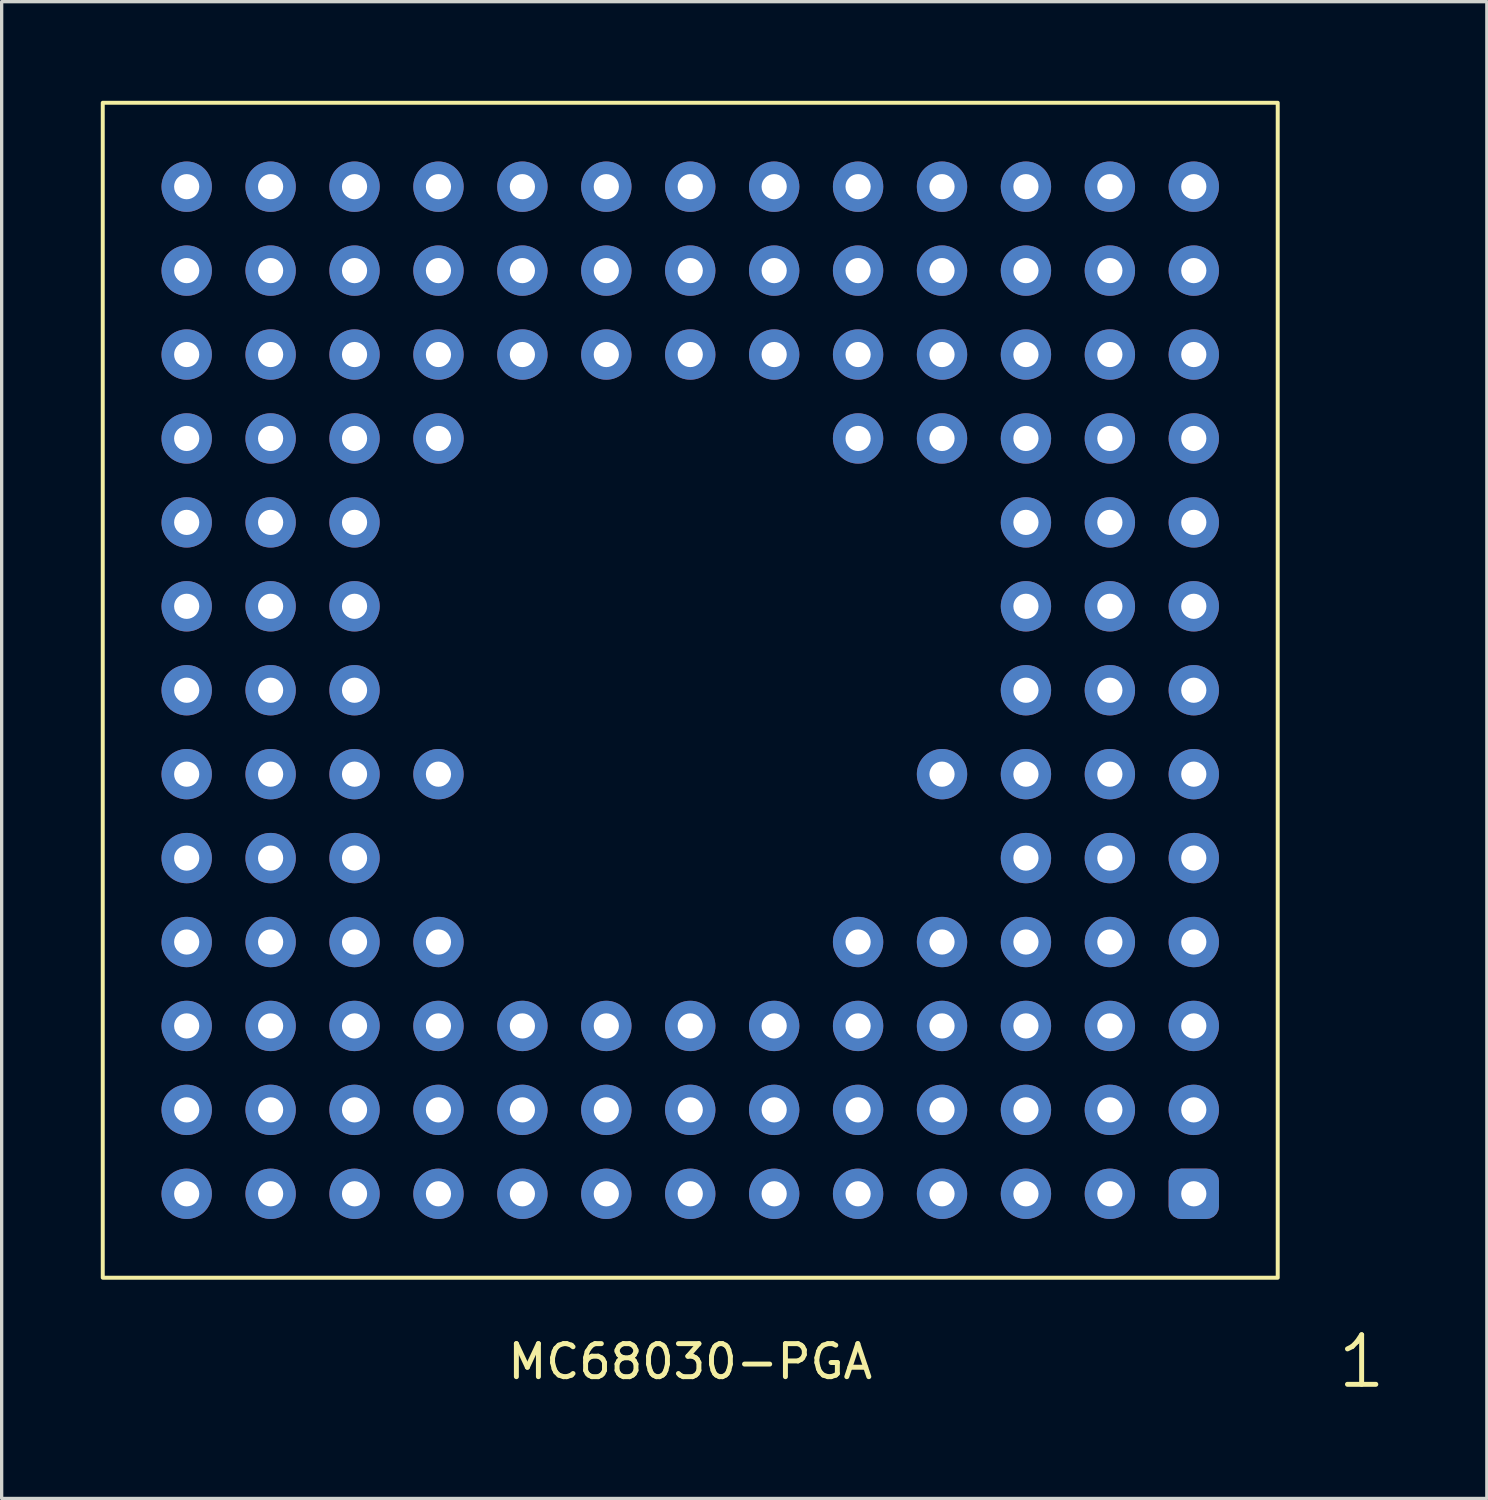
<source format=kicad_pcb>
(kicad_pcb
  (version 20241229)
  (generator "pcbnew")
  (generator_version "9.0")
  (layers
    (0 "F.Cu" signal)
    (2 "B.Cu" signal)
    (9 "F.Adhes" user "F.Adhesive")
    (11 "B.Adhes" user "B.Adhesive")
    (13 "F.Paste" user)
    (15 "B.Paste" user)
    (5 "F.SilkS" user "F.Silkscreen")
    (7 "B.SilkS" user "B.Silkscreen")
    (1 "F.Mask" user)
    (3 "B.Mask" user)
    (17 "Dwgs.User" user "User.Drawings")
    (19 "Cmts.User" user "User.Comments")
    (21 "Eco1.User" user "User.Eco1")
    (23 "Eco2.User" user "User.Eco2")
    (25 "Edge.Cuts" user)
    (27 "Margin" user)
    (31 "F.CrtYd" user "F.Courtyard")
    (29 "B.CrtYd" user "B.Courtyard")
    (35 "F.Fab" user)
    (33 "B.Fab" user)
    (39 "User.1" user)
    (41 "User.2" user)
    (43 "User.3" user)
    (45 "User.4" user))
  (footprint "MC68030-PGA"
    (layer "F.Cu")
    (at 17.84 17.84)
    (property "Reference" "MC68030-PGA" (at 0 20.32 0) (unlocked yes) (layer "F.SilkS") (effects (font (size 1 1) (thickness 0.15))))
    (attr through_hole)
    (fp_rect (start -17.78 -17.78) (end 17.78 17.78) (stroke (width 0.12) (type solid)) (fill no) (layer "F.SilkS"))
    (fp_text user "1" (at 20.32 20.32 0) (unlocked yes) (layer "F.SilkS") (effects (font (size 1.5 1.5) (thickness 0.15))))
    (pad "1" thru_hole roundrect (at 15.24 15.24) (size 1.524 1.524) (drill 0.762) (layers "*.Cu" "*.Mask") (roundrect_rratio 0.25))
    (pad "2" thru_hole circle (at 12.7 15.24) (size 1.524 1.524) (drill 0.762) (layers "*.Cu" "*.Mask"))
    (pad "3" thru_hole circle (at 10.16 15.24) (size 1.524 1.524) (drill 0.762) (layers "*.Cu" "*.Mask"))
    (pad "4" thru_hole circle (at 7.62 15.24) (size 1.524 1.524) (drill 0.762) (layers "*.Cu" "*.Mask"))
    (pad "5" thru_hole circle (at 5.08 15.24) (size 1.524 1.524) (drill 0.762) (layers "*.Cu" "*.Mask"))
    (pad "6" thru_hole circle (at 2.54 15.24) (size 1.524 1.524) (drill 0.762) (layers "*.Cu" "*.Mask"))
    (pad "7" thru_hole circle (at 0 15.24) (size 1.524 1.524) (drill 0.762) (layers "*.Cu" "*.Mask"))
    (pad "8" thru_hole circle (at -2.54 15.24) (size 1.524 1.524) (drill 0.762) (layers "*.Cu" "*.Mask"))
    (pad "9" thru_hole circle (at -5.08 15.24) (size 1.524 1.524) (drill 0.762) (layers "*.Cu" "*.Mask"))
    (pad "10" thru_hole circle (at -7.62 15.24) (size 1.524 1.524) (drill 0.762) (layers "*.Cu" "*.Mask"))
    (pad "11" thru_hole circle (at -10.16 15.24) (size 1.524 1.524) (drill 0.762) (layers "*.Cu" "*.Mask"))
    (pad "12" thru_hole circle (at -12.7 15.24) (size 1.524 1.524) (drill 0.762) (layers "*.Cu" "*.Mask"))
    (pad "13" thru_hole circle (at -15.24 15.24) (size 1.524 1.524) (drill 0.762) (layers "*.Cu" "*.Mask"))
    (pad "14" thru_hole circle (at 15.24 12.7) (size 1.524 1.524) (drill 0.762) (layers "*.Cu" "*.Mask"))
    (pad "15" thru_hole circle (at 12.7 12.7) (size 1.524 1.524) (drill 0.762) (layers "*.Cu" "*.Mask"))
    (pad "16" thru_hole circle (at 10.16 12.7) (size 1.524 1.524) (drill 0.762) (layers "*.Cu" "*.Mask"))
    (pad "17" thru_hole circle (at 7.62 12.7) (size 1.524 1.524) (drill 0.762) (layers "*.Cu" "*.Mask"))
    (pad "18" thru_hole circle (at 5.08 12.7) (size 1.524 1.524) (drill 0.762) (layers "*.Cu" "*.Mask"))
    (pad "19" thru_hole circle (at 2.54 12.7) (size 1.524 1.524) (drill 0.762) (layers "*.Cu" "*.Mask"))
    (pad "20" thru_hole circle (at 0 12.7) (size 1.524 1.524) (drill 0.762) (layers "*.Cu" "*.Mask"))
    (pad "21" thru_hole circle (at -2.54 12.7) (size 1.524 1.524) (drill 0.762) (layers "*.Cu" "*.Mask"))
    (pad "22" thru_hole circle (at -5.08 12.7) (size 1.524 1.524) (drill 0.762) (layers "*.Cu" "*.Mask"))
    (pad "23" thru_hole circle (at -7.62 12.7) (size 1.524 1.524) (drill 0.762) (layers "*.Cu" "*.Mask"))
    (pad "24" thru_hole circle (at -10.16 12.7) (size 1.524 1.524) (drill 0.762) (layers "*.Cu" "*.Mask"))
    (pad "25" thru_hole circle (at -12.7 12.7) (size 1.524 1.524) (drill 0.762) (layers "*.Cu" "*.Mask"))
    (pad "26" thru_hole circle (at -15.24 12.7) (size 1.524 1.524) (drill 0.762) (layers "*.Cu" "*.Mask"))
    (pad "27" thru_hole circle (at 15.24 10.16) (size 1.524 1.524) (drill 0.762) (layers "*.Cu" "*.Mask"))
    (pad "28" thru_hole circle (at 12.7 10.16) (size 1.524 1.524) (drill 0.762) (layers "*.Cu" "*.Mask"))
    (pad "29" thru_hole circle (at 10.16 10.16) (size 1.524 1.524) (drill 0.762) (layers "*.Cu" "*.Mask"))
    (pad "30" thru_hole circle (at 7.62 10.16) (size 1.524 1.524) (drill 0.762) (layers "*.Cu" "*.Mask"))
    (pad "31" thru_hole circle (at 5.08 10.16) (size 1.524 1.524) (drill 0.762) (layers "*.Cu" "*.Mask"))
    (pad "32" thru_hole circle (at 2.54 10.16) (size 1.524 1.524) (drill 0.762) (layers "*.Cu" "*.Mask"))
    (pad "33" thru_hole circle (at 0 10.16) (size 1.524 1.524) (drill 0.762) (layers "*.Cu" "*.Mask"))
    (pad "34" thru_hole circle (at -2.54 10.16) (size 1.524 1.524) (drill 0.762) (layers "*.Cu" "*.Mask"))
    (pad "35" thru_hole circle (at -5.08 10.16) (size 1.524 1.524) (drill 0.762) (layers "*.Cu" "*.Mask"))
    (pad "36" thru_hole circle (at -7.62 10.16) (size 1.524 1.524) (drill 0.762) (layers "*.Cu" "*.Mask"))
    (pad "37" thru_hole circle (at -10.16 10.16) (size 1.524 1.524) (drill 0.762) (layers "*.Cu" "*.Mask"))
    (pad "38" thru_hole circle (at -12.7 10.16) (size 1.524 1.524) (drill 0.762) (layers "*.Cu" "*.Mask"))
    (pad "39" thru_hole circle (at -15.24 10.16) (size 1.524 1.524) (drill 0.762) (layers "*.Cu" "*.Mask"))
    (pad "40" thru_hole circle (at 15.24 7.62) (size 1.524 1.524) (drill 0.762) (layers "*.Cu" "*.Mask"))
    (pad "41" thru_hole circle (at 12.7 7.62) (size 1.524 1.524) (drill 0.762) (layers "*.Cu" "*.Mask"))
    (pad "42" thru_hole circle (at 10.16 7.62) (size 1.524 1.524) (drill 0.762) (layers "*.Cu" "*.Mask"))
    (pad "43" thru_hole circle (at 7.62 7.62) (size 1.524 1.524) (drill 0.762) (layers "*.Cu" "*.Mask"))
    (pad "44" thru_hole circle (at 5.08 7.62) (size 1.524 1.524) (drill 0.762) (layers "*.Cu" "*.Mask"))
    (pad "45" thru_hole circle (at -7.62 7.62) (size 1.524 1.524) (drill 0.762) (layers "*.Cu" "*.Mask"))
    (pad "46" thru_hole circle (at -10.16 7.62) (size 1.524 1.524) (drill 0.762) (layers "*.Cu" "*.Mask"))
    (pad "47" thru_hole circle (at -12.7 7.62) (size 1.524 1.524) (drill 0.762) (layers "*.Cu" "*.Mask"))
    (pad "48" thru_hole circle (at -15.24 7.62) (size 1.524 1.524) (drill 0.762) (layers "*.Cu" "*.Mask"))
    (pad "49" thru_hole circle (at 15.24 5.08) (size 1.524 1.524) (drill 0.762) (layers "*.Cu" "*.Mask"))
    (pad "50" thru_hole circle (at 12.7 5.08) (size 1.524 1.524) (drill 0.762) (layers "*.Cu" "*.Mask"))
    (pad "51" thru_hole circle (at 10.16 5.08) (size 1.524 1.524) (drill 0.762) (layers "*.Cu" "*.Mask"))
    (pad "52" thru_hole circle (at -10.16 5.08) (size 1.524 1.524) (drill 0.762) (layers "*.Cu" "*.Mask"))
    (pad "53" thru_hole circle (at -12.7 5.08) (size 1.524 1.524) (drill 0.762) (layers "*.Cu" "*.Mask"))
    (pad "54" thru_hole circle (at -15.24 5.08) (size 1.524 1.524) (drill 0.762) (layers "*.Cu" "*.Mask"))
    (pad "55" thru_hole circle (at 15.24 2.54) (size 1.524 1.524) (drill 0.762) (layers "*.Cu" "*.Mask"))
    (pad "56" thru_hole circle (at 12.7 2.54) (size 1.524 1.524) (drill 0.762) (layers "*.Cu" "*.Mask"))
    (pad "57" thru_hole circle (at 10.16 2.54) (size 1.524 1.524) (drill 0.762) (layers "*.Cu" "*.Mask"))
    (pad "58" thru_hole circle (at 7.62 2.54) (size 1.524 1.524) (drill 0.762) (layers "*.Cu" "*.Mask"))
    (pad "59" thru_hole circle (at -7.62 2.54) (size 1.524 1.524) (drill 0.762) (layers "*.Cu" "*.Mask"))
    (pad "60" thru_hole circle (at -10.16 2.54) (size 1.524 1.524) (drill 0.762) (layers "*.Cu" "*.Mask"))
    (pad "61" thru_hole circle (at -12.7 2.54) (size 1.524 1.524) (drill 0.762) (layers "*.Cu" "*.Mask"))
    (pad "62" thru_hole circle (at -15.24 2.54) (size 1.524 1.524) (drill 0.762) (layers "*.Cu" "*.Mask"))
    (pad "63" thru_hole circle (at 15.24 0) (size 1.524 1.524) (drill 0.762) (layers "*.Cu" "*.Mask"))
    (pad "64" thru_hole circle (at 12.7 0) (size 1.524 1.524) (drill 0.762) (layers "*.Cu" "*.Mask"))
    (pad "65" thru_hole circle (at 10.16 0) (size 1.524 1.524) (drill 0.762) (layers "*.Cu" "*.Mask"))
    (pad "66" thru_hole circle (at -10.16 0) (size 1.524 1.524) (drill 0.762) (layers "*.Cu" "*.Mask"))
    (pad "67" thru_hole circle (at -12.7 0) (size 1.524 1.524) (drill 0.762) (layers "*.Cu" "*.Mask"))
    (pad "68" thru_hole circle (at -15.24 0) (size 1.524 1.524) (drill 0.762) (layers "*.Cu" "*.Mask"))
    (pad "69" thru_hole circle (at 15.24 -2.54) (size 1.524 1.524) (drill 0.762) (layers "*.Cu" "*.Mask"))
    (pad "70" thru_hole circle (at 12.7 -2.54) (size 1.524 1.524) (drill 0.762) (layers "*.Cu" "*.Mask"))
    (pad "71" thru_hole circle (at 10.16 -2.54) (size 1.524 1.524) (drill 0.762) (layers "*.Cu" "*.Mask"))
    (pad "72" thru_hole circle (at -10.16 -2.54) (size 1.524 1.524) (drill 0.762) (layers "*.Cu" "*.Mask"))
    (pad "73" thru_hole circle (at -12.7 -2.54) (size 1.524 1.524) (drill 0.762) (layers "*.Cu" "*.Mask"))
    (pad "74" thru_hole circle (at -15.24 -2.54) (size 1.524 1.524) (drill 0.762) (layers "*.Cu" "*.Mask"))
    (pad "75" thru_hole circle (at 15.24 -5.08) (size 1.524 1.524) (drill 0.762) (layers "*.Cu" "*.Mask"))
    (pad "76" thru_hole circle (at 12.7 -5.08) (size 1.524 1.524) (drill 0.762) (layers "*.Cu" "*.Mask"))
    (pad "77" thru_hole circle (at 10.16 -5.08) (size 1.524 1.524) (drill 0.762) (layers "*.Cu" "*.Mask"))
    (pad "78" thru_hole circle (at -10.16 -5.08) (size 1.524 1.524) (drill 0.762) (layers "*.Cu" "*.Mask"))
    (pad "79" thru_hole circle (at -12.7 -5.08) (size 1.524 1.524) (drill 0.762) (layers "*.Cu" "*.Mask"))
    (pad "80" thru_hole circle (at -15.24 -5.08) (size 1.524 1.524) (drill 0.762) (layers "*.Cu" "*.Mask"))
    (pad "81" thru_hole circle (at 15.24 -7.62) (size 1.524 1.524) (drill 0.762) (layers "*.Cu" "*.Mask"))
    (pad "82" thru_hole circle (at 12.7 -7.62) (size 1.524 1.524) (drill 0.762) (layers "*.Cu" "*.Mask"))
    (pad "83" thru_hole circle (at 10.16 -7.62) (size 1.524 1.524) (drill 0.762) (layers "*.Cu" "*.Mask"))
    (pad "84" thru_hole circle (at 7.62 -7.62) (size 1.524 1.524) (drill 0.762) (layers "*.Cu" "*.Mask"))
    (pad "85" thru_hole circle (at 5.08 -7.62) (size 1.524 1.524) (drill 0.762) (layers "*.Cu" "*.Mask"))
    (pad "86" thru_hole circle (at -7.62 -7.62) (size 1.524 1.524) (drill 0.762) (layers "*.Cu" "*.Mask"))
    (pad "87" thru_hole circle (at -10.16 -7.62) (size 1.524 1.524) (drill 0.762) (layers "*.Cu" "*.Mask"))
    (pad "88" thru_hole circle (at -12.7 -7.62) (size 1.524 1.524) (drill 0.762) (layers "*.Cu" "*.Mask"))
    (pad "89" thru_hole circle (at -15.24 -7.62) (size 1.524 1.524) (drill 0.762) (layers "*.Cu" "*.Mask"))
    (pad "90" thru_hole circle (at 15.24 -10.16) (size 1.524 1.524) (drill 0.762) (layers "*.Cu" "*.Mask"))
    (pad "91" thru_hole circle (at 12.7 -10.16) (size 1.524 1.524) (drill 0.762) (layers "*.Cu" "*.Mask"))
    (pad "92" thru_hole circle (at 10.16 -10.16) (size 1.524 1.524) (drill 0.762) (layers "*.Cu" "*.Mask"))
    (pad "93" thru_hole circle (at 7.62 -10.16) (size 1.524 1.524) (drill 0.762) (layers "*.Cu" "*.Mask"))
    (pad "94" thru_hole circle (at 5.08 -10.16) (size 1.524 1.524) (drill 0.762) (layers "*.Cu" "*.Mask"))
    (pad "95" thru_hole circle (at 2.54 -10.16) (size 1.524 1.524) (drill 0.762) (layers "*.Cu" "*.Mask"))
    (pad "96" thru_hole circle (at 0 -10.16) (size 1.524 1.524) (drill 0.762) (layers "*.Cu" "*.Mask"))
    (pad "97" thru_hole circle (at -2.54 -10.16) (size 1.524 1.524) (drill 0.762) (layers "*.Cu" "*.Mask"))
    (pad "98" thru_hole circle (at -5.08 -10.16) (size 1.524 1.524) (drill 0.762) (layers "*.Cu" "*.Mask"))
    (pad "99" thru_hole circle (at -7.62 -10.16) (size 1.524 1.524) (drill 0.762) (layers "*.Cu" "*.Mask"))
    (pad "100" thru_hole circle (at -10.16 -10.16) (size 1.524 1.524) (drill 0.762) (layers "*.Cu" "*.Mask"))
    (pad "101" thru_hole circle (at -12.7 -10.16) (size 1.524 1.524) (drill 0.762) (layers "*.Cu" "*.Mask"))
    (pad "102" thru_hole circle (at -15.24 -10.16) (size 1.524 1.524) (drill 0.762) (layers "*.Cu" "*.Mask"))
    (pad "103" thru_hole circle (at 15.24 -12.7) (size 1.524 1.524) (drill 0.762) (layers "*.Cu" "*.Mask"))
    (pad "104" thru_hole circle (at 12.7 -12.7) (size 1.524 1.524) (drill 0.762) (layers "*.Cu" "*.Mask"))
    (pad "105" thru_hole circle (at 10.16 -12.7) (size 1.524 1.524) (drill 0.762) (layers "*.Cu" "*.Mask"))
    (pad "106" thru_hole circle (at 7.62 -12.7) (size 1.524 1.524) (drill 0.762) (layers "*.Cu" "*.Mask"))
    (pad "107" thru_hole circle (at 5.08 -12.7) (size 1.524 1.524) (drill 0.762) (layers "*.Cu" "*.Mask"))
    (pad "108" thru_hole circle (at 2.54 -12.7) (size 1.524 1.524) (drill 0.762) (layers "*.Cu" "*.Mask"))
    (pad "109" thru_hole circle (at 0 -12.7) (size 1.524 1.524) (drill 0.762) (layers "*.Cu" "*.Mask"))
    (pad "110" thru_hole circle (at -2.54 -12.7) (size 1.524 1.524) (drill 0.762) (layers "*.Cu" "*.Mask"))
    (pad "111" thru_hole circle (at -5.08 -12.7) (size 1.524 1.524) (drill 0.762) (layers "*.Cu" "*.Mask"))
    (pad "112" thru_hole circle (at -7.62 -12.7) (size 1.524 1.524) (drill 0.762) (layers "*.Cu" "*.Mask"))
    (pad "113" thru_hole circle (at -10.16 -12.7) (size 1.524 1.524) (drill 0.762) (layers "*.Cu" "*.Mask"))
    (pad "114" thru_hole circle (at -12.7 -12.7) (size 1.524 1.524) (drill 0.762) (layers "*.Cu" "*.Mask"))
    (pad "115" thru_hole circle (at -15.24 -12.7) (size 1.524 1.524) (drill 0.762) (layers "*.Cu" "*.Mask"))
    (pad "116" thru_hole circle (at 15.24 -15.24) (size 1.524 1.524) (drill 0.762) (layers "*.Cu" "*.Mask"))
    (pad "117" thru_hole circle (at 12.7 -15.24) (size 1.524 1.524) (drill 0.762) (layers "*.Cu" "*.Mask"))
    (pad "118" thru_hole circle (at 10.16 -15.24) (size 1.524 1.524) (drill 0.762) (layers "*.Cu" "*.Mask"))
    (pad "119" thru_hole circle (at 7.62 -15.24) (size 1.524 1.524) (drill 0.762) (layers "*.Cu" "*.Mask"))
    (pad "120" thru_hole circle (at 5.08 -15.24) (size 1.524 1.524) (drill 0.762) (layers "*.Cu" "*.Mask"))
    (pad "121" thru_hole circle (at 2.54 -15.24) (size 1.524 1.524) (drill 0.762) (layers "*.Cu" "*.Mask"))
    (pad "122" thru_hole circle (at 0 -15.24) (size 1.524 1.524) (drill 0.762) (layers "*.Cu" "*.Mask"))
    (pad "123" thru_hole circle (at -2.54 -15.24) (size 1.524 1.524) (drill 0.762) (layers "*.Cu" "*.Mask"))
    (pad "124" thru_hole circle (at -5.08 -15.24) (size 1.524 1.524) (drill 0.762) (layers "*.Cu" "*.Mask"))
    (pad "125" thru_hole circle (at -7.62 -15.24) (size 1.524 1.524) (drill 0.762) (layers "*.Cu" "*.Mask"))
    (pad "126" thru_hole circle (at -10.16 -15.24) (size 1.524 1.524) (drill 0.762) (layers "*.Cu" "*.Mask"))
    (pad "127" thru_hole circle (at -12.7 -15.24) (size 1.524 1.524) (drill 0.762) (layers "*.Cu" "*.Mask"))
    (pad "128" thru_hole circle (at -15.24 -15.24) (size 1.524 1.524) (drill 0.762) (layers "*.Cu" "*.Mask")))
  (gr_rect
    (start -3 -3)
    (end 41.949 42.301)
    (stroke (width 0.1) (type default))
    (fill no)
    (layer "Edge.Cuts")))
</source>
